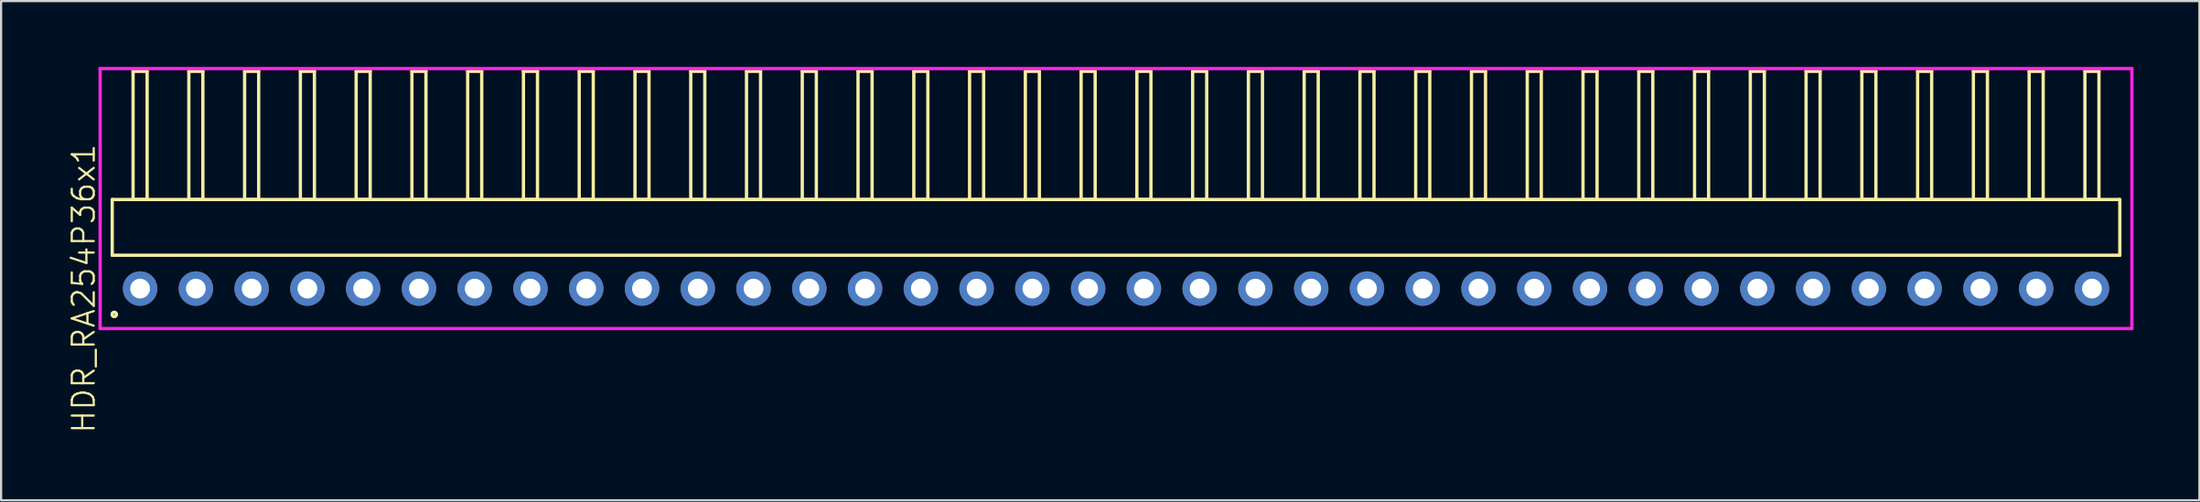
<source format=kicad_pcb>
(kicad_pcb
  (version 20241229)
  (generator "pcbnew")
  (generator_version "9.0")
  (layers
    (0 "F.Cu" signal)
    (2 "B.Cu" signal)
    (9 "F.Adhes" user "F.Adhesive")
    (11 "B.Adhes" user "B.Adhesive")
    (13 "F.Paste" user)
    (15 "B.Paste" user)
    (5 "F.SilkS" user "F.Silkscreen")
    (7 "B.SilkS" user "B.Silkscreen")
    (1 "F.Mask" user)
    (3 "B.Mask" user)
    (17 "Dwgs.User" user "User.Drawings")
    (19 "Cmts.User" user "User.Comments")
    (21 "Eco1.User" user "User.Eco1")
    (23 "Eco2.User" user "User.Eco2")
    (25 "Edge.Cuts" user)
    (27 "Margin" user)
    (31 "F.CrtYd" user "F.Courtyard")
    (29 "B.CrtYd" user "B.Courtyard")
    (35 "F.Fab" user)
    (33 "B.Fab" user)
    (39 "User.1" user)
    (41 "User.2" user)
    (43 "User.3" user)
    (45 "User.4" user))
  (footprint "HDR_RA254P36x1"
    (layer "F.Cu")
    (at 47.781 10.1)
    (property "Reference" "HDR_RA254P36x1" (at -47.02 0 90) (layer "F.SilkS") (effects (font (size 1 1) (thickness 0.1))))
    (attr through_hole)
    (fp_line (start -45.72 -4.06) (end -45.72 -1.52) (stroke (width 0.15) (type solid)) (layer "F.SilkS"))
    (fp_line (start -45.72 -1.52) (end 45.72 -1.52) (stroke (width 0.15) (type solid)) (layer "F.SilkS"))
    (fp_line (start -44.77 -9.9) (end -44.77 -4.06) (stroke (width 0.15) (type solid)) (layer "F.SilkS"))
    (fp_line (start -44.77 -4.06) (end -44.13 -4.06) (stroke (width 0.15) (type solid)) (layer "F.SilkS"))
    (fp_line (start -44.13 -9.9) (end -44.77 -9.9) (stroke (width 0.15) (type solid)) (layer "F.SilkS"))
    (fp_line (start -44.13 -4.06) (end -44.13 -9.9) (stroke (width 0.15) (type solid)) (layer "F.SilkS"))
    (fp_line (start -42.23 -9.9) (end -42.23 -4.06) (stroke (width 0.15) (type solid)) (layer "F.SilkS"))
    (fp_line (start -42.23 -4.06) (end -41.59 -4.06) (stroke (width 0.15) (type solid)) (layer "F.SilkS"))
    (fp_line (start -41.59 -9.9) (end -42.23 -9.9) (stroke (width 0.15) (type solid)) (layer "F.SilkS"))
    (fp_line (start -41.59 -4.06) (end -41.59 -9.9) (stroke (width 0.15) (type solid)) (layer "F.SilkS"))
    (fp_line (start -39.69 -9.9) (end -39.69 -4.06) (stroke (width 0.15) (type solid)) (layer "F.SilkS"))
    (fp_line (start -39.69 -4.06) (end -39.05 -4.06) (stroke (width 0.15) (type solid)) (layer "F.SilkS"))
    (fp_line (start -39.05 -9.9) (end -39.69 -9.9) (stroke (width 0.15) (type solid)) (layer "F.SilkS"))
    (fp_line (start -39.05 -4.06) (end -39.05 -9.9) (stroke (width 0.15) (type solid)) (layer "F.SilkS"))
    (fp_line (start -37.15 -9.9) (end -37.15 -4.06) (stroke (width 0.15) (type solid)) (layer "F.SilkS"))
    (fp_line (start -37.15 -4.06) (end -36.51 -4.06) (stroke (width 0.15) (type solid)) (layer "F.SilkS"))
    (fp_line (start -36.51 -9.9) (end -37.15 -9.9) (stroke (width 0.15) (type solid)) (layer "F.SilkS"))
    (fp_line (start -36.51 -4.06) (end -36.51 -9.9) (stroke (width 0.15) (type solid)) (layer "F.SilkS"))
    (fp_line (start -34.61 -9.9) (end -34.61 -4.06) (stroke (width 0.15) (type solid)) (layer "F.SilkS"))
    (fp_line (start -34.61 -4.06) (end -33.97 -4.06) (stroke (width 0.15) (type solid)) (layer "F.SilkS"))
    (fp_line (start -33.97 -9.9) (end -34.61 -9.9) (stroke (width 0.15) (type solid)) (layer "F.SilkS"))
    (fp_line (start -33.97 -4.06) (end -33.97 -9.9) (stroke (width 0.15) (type solid)) (layer "F.SilkS"))
    (fp_line (start -32.07 -9.9) (end -32.07 -4.06) (stroke (width 0.15) (type solid)) (layer "F.SilkS"))
    (fp_line (start -32.07 -4.06) (end -31.43 -4.06) (stroke (width 0.15) (type solid)) (layer "F.SilkS"))
    (fp_line (start -31.43 -9.9) (end -32.07 -9.9) (stroke (width 0.15) (type solid)) (layer "F.SilkS"))
    (fp_line (start -31.43 -4.06) (end -31.43 -9.9) (stroke (width 0.15) (type solid)) (layer "F.SilkS"))
    (fp_line (start -29.53 -9.9) (end -29.53 -4.06) (stroke (width 0.15) (type solid)) (layer "F.SilkS"))
    (fp_line (start -29.53 -4.06) (end -28.89 -4.06) (stroke (width 0.15) (type solid)) (layer "F.SilkS"))
    (fp_line (start -28.89 -9.9) (end -29.53 -9.9) (stroke (width 0.15) (type solid)) (layer "F.SilkS"))
    (fp_line (start -28.89 -4.06) (end -28.89 -9.9) (stroke (width 0.15) (type solid)) (layer "F.SilkS"))
    (fp_line (start -26.99 -9.9) (end -26.99 -4.06) (stroke (width 0.15) (type solid)) (layer "F.SilkS"))
    (fp_line (start -26.99 -4.06) (end -26.35 -4.06) (stroke (width 0.15) (type solid)) (layer "F.SilkS"))
    (fp_line (start -26.35 -9.9) (end -26.99 -9.9) (stroke (width 0.15) (type solid)) (layer "F.SilkS"))
    (fp_line (start -26.35 -4.06) (end -26.35 -9.9) (stroke (width 0.15) (type solid)) (layer "F.SilkS"))
    (fp_line (start -24.45 -9.9) (end -24.45 -4.06) (stroke (width 0.15) (type solid)) (layer "F.SilkS"))
    (fp_line (start -24.45 -4.06) (end -23.81 -4.06) (stroke (width 0.15) (type solid)) (layer "F.SilkS"))
    (fp_line (start -23.81 -9.9) (end -24.45 -9.9) (stroke (width 0.15) (type solid)) (layer "F.SilkS"))
    (fp_line (start -23.81 -4.06) (end -23.81 -9.9) (stroke (width 0.15) (type solid)) (layer "F.SilkS"))
    (fp_line (start -21.91 -9.9) (end -21.91 -4.06) (stroke (width 0.15) (type solid)) (layer "F.SilkS"))
    (fp_line (start -21.91 -4.06) (end -21.27 -4.06) (stroke (width 0.15) (type solid)) (layer "F.SilkS"))
    (fp_line (start -21.27 -9.9) (end -21.91 -9.9) (stroke (width 0.15) (type solid)) (layer "F.SilkS"))
    (fp_line (start -21.27 -4.06) (end -21.27 -9.9) (stroke (width 0.15) (type solid)) (layer "F.SilkS"))
    (fp_line (start -19.37 -9.9) (end -19.37 -4.06) (stroke (width 0.15) (type solid)) (layer "F.SilkS"))
    (fp_line (start -19.37 -4.06) (end -18.73 -4.06) (stroke (width 0.15) (type solid)) (layer "F.SilkS"))
    (fp_line (start -18.73 -9.9) (end -19.37 -9.9) (stroke (width 0.15) (type solid)) (layer "F.SilkS"))
    (fp_line (start -18.73 -4.06) (end -18.73 -9.9) (stroke (width 0.15) (type solid)) (layer "F.SilkS"))
    (fp_line (start -16.83 -9.9) (end -16.83 -4.06) (stroke (width 0.15) (type solid)) (layer "F.SilkS"))
    (fp_line (start -16.83 -4.06) (end -16.19 -4.06) (stroke (width 0.15) (type solid)) (layer "F.SilkS"))
    (fp_line (start -16.19 -9.9) (end -16.83 -9.9) (stroke (width 0.15) (type solid)) (layer "F.SilkS"))
    (fp_line (start -16.19 -4.06) (end -16.19 -9.9) (stroke (width 0.15) (type solid)) (layer "F.SilkS"))
    (fp_line (start -14.29 -9.9) (end -14.29 -4.06) (stroke (width 0.15) (type solid)) (layer "F.SilkS"))
    (fp_line (start -14.29 -4.06) (end -13.65 -4.06) (stroke (width 0.15) (type solid)) (layer "F.SilkS"))
    (fp_line (start -13.65 -9.9) (end -14.29 -9.9) (stroke (width 0.15) (type solid)) (layer "F.SilkS"))
    (fp_line (start -13.65 -4.06) (end -13.65 -9.9) (stroke (width 0.15) (type solid)) (layer "F.SilkS"))
    (fp_line (start -11.75 -9.9) (end -11.75 -4.06) (stroke (width 0.15) (type solid)) (layer "F.SilkS"))
    (fp_line (start -11.75 -4.06) (end -11.11 -4.06) (stroke (width 0.15) (type solid)) (layer "F.SilkS"))
    (fp_line (start -11.11 -9.9) (end -11.75 -9.9) (stroke (width 0.15) (type solid)) (layer "F.SilkS"))
    (fp_line (start -11.11 -4.06) (end -11.11 -9.9) (stroke (width 0.15) (type solid)) (layer "F.SilkS"))
    (fp_line (start -9.21 -9.9) (end -9.21 -4.06) (stroke (width 0.15) (type solid)) (layer "F.SilkS"))
    (fp_line (start -9.21 -4.06) (end -8.57 -4.06) (stroke (width 0.15) (type solid)) (layer "F.SilkS"))
    (fp_line (start -8.57 -9.9) (end -9.21 -9.9) (stroke (width 0.15) (type solid)) (layer "F.SilkS"))
    (fp_line (start -8.57 -4.06) (end -8.57 -9.9) (stroke (width 0.15) (type solid)) (layer "F.SilkS"))
    (fp_line (start -6.67 -9.9) (end -6.67 -4.06) (stroke (width 0.15) (type solid)) (layer "F.SilkS"))
    (fp_line (start -6.67 -4.06) (end -6.03 -4.06) (stroke (width 0.15) (type solid)) (layer "F.SilkS"))
    (fp_line (start -6.03 -9.9) (end -6.67 -9.9) (stroke (width 0.15) (type solid)) (layer "F.SilkS"))
    (fp_line (start -6.03 -4.06) (end -6.03 -9.9) (stroke (width 0.15) (type solid)) (layer "F.SilkS"))
    (fp_line (start -4.13 -9.9) (end -4.13 -4.06) (stroke (width 0.15) (type solid)) (layer "F.SilkS"))
    (fp_line (start -4.13 -4.06) (end -3.49 -4.06) (stroke (width 0.15) (type solid)) (layer "F.SilkS"))
    (fp_line (start -3.49 -9.9) (end -4.13 -9.9) (stroke (width 0.15) (type solid)) (layer "F.SilkS"))
    (fp_line (start -3.49 -4.06) (end -3.49 -9.9) (stroke (width 0.15) (type solid)) (layer "F.SilkS"))
    (fp_line (start -1.59 -9.9) (end -1.59 -4.06) (stroke (width 0.15) (type solid)) (layer "F.SilkS"))
    (fp_line (start -1.59 -4.06) (end -0.95 -4.06) (stroke (width 0.15) (type solid)) (layer "F.SilkS"))
    (fp_line (start -0.95 -9.9) (end -1.59 -9.9) (stroke (width 0.15) (type solid)) (layer "F.SilkS"))
    (fp_line (start -0.95 -4.06) (end -0.95 -9.9) (stroke (width 0.15) (type solid)) (layer "F.SilkS"))
    (fp_line (start 0.95 -9.9) (end 0.95 -4.06) (stroke (width 0.15) (type solid)) (layer "F.SilkS"))
    (fp_line (start 0.95 -4.06) (end 1.59 -4.06) (stroke (width 0.15) (type solid)) (layer "F.SilkS"))
    (fp_line (start 1.59 -9.9) (end 0.95 -9.9) (stroke (width 0.15) (type solid)) (layer "F.SilkS"))
    (fp_line (start 1.59 -4.06) (end 1.59 -9.9) (stroke (width 0.15) (type solid)) (layer "F.SilkS"))
    (fp_line (start 3.49 -9.9) (end 3.49 -4.06) (stroke (width 0.15) (type solid)) (layer "F.SilkS"))
    (fp_line (start 3.49 -4.06) (end 4.13 -4.06) (stroke (width 0.15) (type solid)) (layer "F.SilkS"))
    (fp_line (start 4.13 -9.9) (end 3.49 -9.9) (stroke (width 0.15) (type solid)) (layer "F.SilkS"))
    (fp_line (start 4.13 -4.06) (end 4.13 -9.9) (stroke (width 0.15) (type solid)) (layer "F.SilkS"))
    (fp_line (start 6.03 -9.9) (end 6.03 -4.06) (stroke (width 0.15) (type solid)) (layer "F.SilkS"))
    (fp_line (start 6.03 -4.06) (end 6.67 -4.06) (stroke (width 0.15) (type solid)) (layer "F.SilkS"))
    (fp_line (start 6.67 -9.9) (end 6.03 -9.9) (stroke (width 0.15) (type solid)) (layer "F.SilkS"))
    (fp_line (start 6.67 -4.06) (end 6.67 -9.9) (stroke (width 0.15) (type solid)) (layer "F.SilkS"))
    (fp_line (start 8.57 -9.9) (end 8.57 -4.06) (stroke (width 0.15) (type solid)) (layer "F.SilkS"))
    (fp_line (start 8.57 -4.06) (end 9.21 -4.06) (stroke (width 0.15) (type solid)) (layer "F.SilkS"))
    (fp_line (start 9.21 -9.9) (end 8.57 -9.9) (stroke (width 0.15) (type solid)) (layer "F.SilkS"))
    (fp_line (start 9.21 -4.06) (end 9.21 -9.9) (stroke (width 0.15) (type solid)) (layer "F.SilkS"))
    (fp_line (start 11.11 -9.9) (end 11.11 -4.06) (stroke (width 0.15) (type solid)) (layer "F.SilkS"))
    (fp_line (start 11.11 -4.06) (end 11.75 -4.06) (stroke (width 0.15) (type solid)) (layer "F.SilkS"))
    (fp_line (start 11.75 -9.9) (end 11.11 -9.9) (stroke (width 0.15) (type solid)) (layer "F.SilkS"))
    (fp_line (start 11.75 -4.06) (end 11.75 -9.9) (stroke (width 0.15) (type solid)) (layer "F.SilkS"))
    (fp_line (start 13.65 -9.9) (end 13.65 -4.06) (stroke (width 0.15) (type solid)) (layer "F.SilkS"))
    (fp_line (start 13.65 -4.06) (end 14.29 -4.06) (stroke (width 0.15) (type solid)) (layer "F.SilkS"))
    (fp_line (start 14.29 -9.9) (end 13.65 -9.9) (stroke (width 0.15) (type solid)) (layer "F.SilkS"))
    (fp_line (start 14.29 -4.06) (end 14.29 -9.9) (stroke (width 0.15) (type solid)) (layer "F.SilkS"))
    (fp_line (start 16.19 -9.9) (end 16.19 -4.06) (stroke (width 0.15) (type solid)) (layer "F.SilkS"))
    (fp_line (start 16.19 -4.06) (end 16.83 -4.06) (stroke (width 0.15) (type solid)) (layer "F.SilkS"))
    (fp_line (start 16.83 -9.9) (end 16.19 -9.9) (stroke (width 0.15) (type solid)) (layer "F.SilkS"))
    (fp_line (start 16.83 -4.06) (end 16.83 -9.9) (stroke (width 0.15) (type solid)) (layer "F.SilkS"))
    (fp_line (start 18.73 -9.9) (end 18.73 -4.06) (stroke (width 0.15) (type solid)) (layer "F.SilkS"))
    (fp_line (start 18.73 -4.06) (end 19.37 -4.06) (stroke (width 0.15) (type solid)) (layer "F.SilkS"))
    (fp_line (start 19.37 -9.9) (end 18.73 -9.9) (stroke (width 0.15) (type solid)) (layer "F.SilkS"))
    (fp_line (start 19.37 -4.06) (end 19.37 -9.9) (stroke (width 0.15) (type solid)) (layer "F.SilkS"))
    (fp_line (start 21.27 -9.9) (end 21.27 -4.06) (stroke (width 0.15) (type solid)) (layer "F.SilkS"))
    (fp_line (start 21.27 -4.06) (end 21.91 -4.06) (stroke (width 0.15) (type solid)) (layer "F.SilkS"))
    (fp_line (start 21.91 -9.9) (end 21.27 -9.9) (stroke (width 0.15) (type solid)) (layer "F.SilkS"))
    (fp_line (start 21.91 -4.06) (end 21.91 -9.9) (stroke (width 0.15) (type solid)) (layer "F.SilkS"))
    (fp_line (start 23.81 -9.9) (end 23.81 -4.06) (stroke (width 0.15) (type solid)) (layer "F.SilkS"))
    (fp_line (start 23.81 -4.06) (end 24.45 -4.06) (stroke (width 0.15) (type solid)) (layer "F.SilkS"))
    (fp_line (start 24.45 -9.9) (end 23.81 -9.9) (stroke (width 0.15) (type solid)) (layer "F.SilkS"))
    (fp_line (start 24.45 -4.06) (end 24.45 -9.9) (stroke (width 0.15) (type solid)) (layer "F.SilkS"))
    (fp_line (start 26.35 -9.9) (end 26.35 -4.06) (stroke (width 0.15) (type solid)) (layer "F.SilkS"))
    (fp_line (start 26.35 -4.06) (end 26.99 -4.06) (stroke (width 0.15) (type solid)) (layer "F.SilkS"))
    (fp_line (start 26.99 -9.9) (end 26.35 -9.9) (stroke (width 0.15) (type solid)) (layer "F.SilkS"))
    (fp_line (start 26.99 -4.06) (end 26.99 -9.9) (stroke (width 0.15) (type solid)) (layer "F.SilkS"))
    (fp_line (start 28.89 -9.9) (end 28.89 -4.06) (stroke (width 0.15) (type solid)) (layer "F.SilkS"))
    (fp_line (start 28.89 -4.06) (end 29.53 -4.06) (stroke (width 0.15) (type solid)) (layer "F.SilkS"))
    (fp_line (start 29.53 -9.9) (end 28.89 -9.9) (stroke (width 0.15) (type solid)) (layer "F.SilkS"))
    (fp_line (start 29.53 -4.06) (end 29.53 -9.9) (stroke (width 0.15) (type solid)) (layer "F.SilkS"))
    (fp_line (start 31.43 -9.9) (end 31.43 -4.06) (stroke (width 0.15) (type solid)) (layer "F.SilkS"))
    (fp_line (start 31.43 -4.06) (end 32.07 -4.06) (stroke (width 0.15) (type solid)) (layer "F.SilkS"))
    (fp_line (start 32.07 -9.9) (end 31.43 -9.9) (stroke (width 0.15) (type solid)) (layer "F.SilkS"))
    (fp_line (start 32.07 -4.06) (end 32.07 -9.9) (stroke (width 0.15) (type solid)) (layer "F.SilkS"))
    (fp_line (start 33.97 -9.9) (end 33.97 -4.06) (stroke (width 0.15) (type solid)) (layer "F.SilkS"))
    (fp_line (start 33.97 -4.06) (end 34.61 -4.06) (stroke (width 0.15) (type solid)) (layer "F.SilkS"))
    (fp_line (start 34.61 -9.9) (end 33.97 -9.9) (stroke (width 0.15) (type solid)) (layer "F.SilkS"))
    (fp_line (start 34.61 -4.06) (end 34.61 -9.9) (stroke (width 0.15) (type solid)) (layer "F.SilkS"))
    (fp_line (start 36.51 -9.9) (end 36.51 -4.06) (stroke (width 0.15) (type solid)) (layer "F.SilkS"))
    (fp_line (start 36.51 -4.06) (end 37.15 -4.06) (stroke (width 0.15) (type solid)) (layer "F.SilkS"))
    (fp_line (start 37.15 -9.9) (end 36.51 -9.9) (stroke (width 0.15) (type solid)) (layer "F.SilkS"))
    (fp_line (start 37.15 -4.06) (end 37.15 -9.9) (stroke (width 0.15) (type solid)) (layer "F.SilkS"))
    (fp_line (start 39.05 -9.9) (end 39.05 -4.06) (stroke (width 0.15) (type solid)) (layer "F.SilkS"))
    (fp_line (start 39.05 -4.06) (end 39.69 -4.06) (stroke (width 0.15) (type solid)) (layer "F.SilkS"))
    (fp_line (start 39.69 -9.9) (end 39.05 -9.9) (stroke (width 0.15) (type solid)) (layer "F.SilkS"))
    (fp_line (start 39.69 -4.06) (end 39.69 -9.9) (stroke (width 0.15) (type solid)) (layer "F.SilkS"))
    (fp_line (start 41.59 -9.9) (end 41.59 -4.06) (stroke (width 0.15) (type solid)) (layer "F.SilkS"))
    (fp_line (start 41.59 -4.06) (end 42.23 -4.06) (stroke (width 0.15) (type solid)) (layer "F.SilkS"))
    (fp_line (start 42.23 -9.9) (end 41.59 -9.9) (stroke (width 0.15) (type solid)) (layer "F.SilkS"))
    (fp_line (start 42.23 -4.06) (end 42.23 -9.9) (stroke (width 0.15) (type solid)) (layer "F.SilkS"))
    (fp_line (start 44.13 -9.9) (end 44.13 -4.06) (stroke (width 0.15) (type solid)) (layer "F.SilkS"))
    (fp_line (start 44.13 -4.06) (end 44.77 -4.06) (stroke (width 0.15) (type solid)) (layer "F.SilkS"))
    (fp_line (start 44.77 -9.9) (end 44.13 -9.9) (stroke (width 0.15) (type solid)) (layer "F.SilkS"))
    (fp_line (start 44.77 -4.06) (end 44.77 -9.9) (stroke (width 0.15) (type solid)) (layer "F.SilkS"))
    (fp_line (start 45.72 -4.06) (end -45.72 -4.06) (stroke (width 0.15) (type solid)) (layer "F.SilkS"))
    (fp_line (start 45.72 -1.52) (end 45.72 -4.06) (stroke (width 0.15) (type solid)) (layer "F.SilkS"))
    (fp_circle (center -45.627 1.177) (end -45.527 1.177) (stroke (width 0.15) (type solid)) (fill no) (layer "F.SilkS"))
    (fp_line (start -46.27 -10.025) (end -46.27 1.82) (stroke (width 0.15) (type solid)) (layer "F.CrtYd"))
    (fp_line (start -46.27 1.82) (end 46.27 1.82) (stroke (width 0.15) (type solid)) (layer "F.CrtYd"))
    (fp_line (start 46.27 -10.025) (end -46.27 -10.025) (stroke (width 0.15) (type solid)) (layer "F.CrtYd"))
    (fp_line (start 46.27 1.82) (end 46.27 -10.025) (stroke (width 0.15) (type solid)) (layer "F.CrtYd"))
    (pad "1" thru_hole oval (at -44.45 0) (size 1.57 1.57) (drill 0.9) (layers "*.Cu" "*.Mask"))
    (pad "2" thru_hole oval (at -41.91 0) (size 1.57 1.57) (drill 0.9) (layers "*.Cu" "*.Mask"))
    (pad "3" thru_hole oval (at -39.37 0) (size 1.57 1.57) (drill 0.9) (layers "*.Cu" "*.Mask"))
    (pad "4" thru_hole oval (at -36.83 0) (size 1.57 1.57) (drill 0.9) (layers "*.Cu" "*.Mask"))
    (pad "5" thru_hole oval (at -34.29 0) (size 1.57 1.57) (drill 0.9) (layers "*.Cu" "*.Mask"))
    (pad "6" thru_hole oval (at -31.75 0) (size 1.57 1.57) (drill 0.9) (layers "*.Cu" "*.Mask"))
    (pad "7" thru_hole oval (at -29.21 0) (size 1.57 1.57) (drill 0.9) (layers "*.Cu" "*.Mask"))
    (pad "8" thru_hole oval (at -26.67 0) (size 1.57 1.57) (drill 0.9) (layers "*.Cu" "*.Mask"))
    (pad "9" thru_hole oval (at -24.13 0) (size 1.57 1.57) (drill 0.9) (layers "*.Cu" "*.Mask"))
    (pad "10" thru_hole oval (at -21.59 0) (size 1.57 1.57) (drill 0.9) (layers "*.Cu" "*.Mask"))
    (pad "11" thru_hole oval (at -19.05 0) (size 1.57 1.57) (drill 0.9) (layers "*.Cu" "*.Mask"))
    (pad "12" thru_hole oval (at -16.51 0) (size 1.57 1.57) (drill 0.9) (layers "*.Cu" "*.Mask"))
    (pad "13" thru_hole oval (at -13.97 0) (size 1.57 1.57) (drill 0.9) (layers "*.Cu" "*.Mask"))
    (pad "14" thru_hole oval (at -11.43 0) (size 1.57 1.57) (drill 0.9) (layers "*.Cu" "*.Mask"))
    (pad "15" thru_hole oval (at -8.89 0) (size 1.57 1.57) (drill 0.9) (layers "*.Cu" "*.Mask"))
    (pad "16" thru_hole oval (at -6.35 0) (size 1.57 1.57) (drill 0.9) (layers "*.Cu" "*.Mask"))
    (pad "17" thru_hole oval (at -3.81 0) (size 1.57 1.57) (drill 0.9) (layers "*.Cu" "*.Mask"))
    (pad "18" thru_hole oval (at -1.27 0) (size 1.57 1.57) (drill 0.9) (layers "*.Cu" "*.Mask"))
    (pad "19" thru_hole oval (at 1.27 0) (size 1.57 1.57) (drill 0.9) (layers "*.Cu" "*.Mask"))
    (pad "20" thru_hole oval (at 3.81 0) (size 1.57 1.57) (drill 0.9) (layers "*.Cu" "*.Mask"))
    (pad "21" thru_hole oval (at 6.35 0) (size 1.57 1.57) (drill 0.9) (layers "*.Cu" "*.Mask"))
    (pad "22" thru_hole oval (at 8.89 0) (size 1.57 1.57) (drill 0.9) (layers "*.Cu" "*.Mask"))
    (pad "23" thru_hole oval (at 11.43 0) (size 1.57 1.57) (drill 0.9) (layers "*.Cu" "*.Mask"))
    (pad "24" thru_hole oval (at 13.97 0) (size 1.57 1.57) (drill 0.9) (layers "*.Cu" "*.Mask"))
    (pad "25" thru_hole oval (at 16.51 0) (size 1.57 1.57) (drill 0.9) (layers "*.Cu" "*.Mask"))
    (pad "26" thru_hole oval (at 19.05 0) (size 1.57 1.57) (drill 0.9) (layers "*.Cu" "*.Mask"))
    (pad "27" thru_hole oval (at 21.59 0) (size 1.57 1.57) (drill 0.9) (layers "*.Cu" "*.Mask"))
    (pad "28" thru_hole oval (at 24.13 0) (size 1.57 1.57) (drill 0.9) (layers "*.Cu" "*.Mask"))
    (pad "29" thru_hole oval (at 26.67 0) (size 1.57 1.57) (drill 0.9) (layers "*.Cu" "*.Mask"))
    (pad "30" thru_hole oval (at 29.21 0) (size 1.57 1.57) (drill 0.9) (layers "*.Cu" "*.Mask"))
    (pad "31" thru_hole oval (at 31.75 0) (size 1.57 1.57) (drill 0.9) (layers "*.Cu" "*.Mask"))
    (pad "32" thru_hole oval (at 34.29 0) (size 1.57 1.57) (drill 0.9) (layers "*.Cu" "*.Mask"))
    (pad "33" thru_hole oval (at 36.83 0) (size 1.57 1.57) (drill 0.9) (layers "*.Cu" "*.Mask"))
    (pad "34" thru_hole oval (at 39.37 0) (size 1.57 1.57) (drill 0.9) (layers "*.Cu" "*.Mask"))
    (pad "35" thru_hole oval (at 41.91 0) (size 1.57 1.57) (drill 0.9) (layers "*.Cu" "*.Mask"))
    (pad "36" thru_hole oval (at 44.45 0) (size 1.57 1.57) (drill 0.9) (layers "*.Cu" "*.Mask")))
  (gr_rect
    (start -3 -3)
    (end 97.126 19.745)
    (stroke (width 0.1) (type default))
    (fill no)
    (layer "Edge.Cuts")))
</source>
